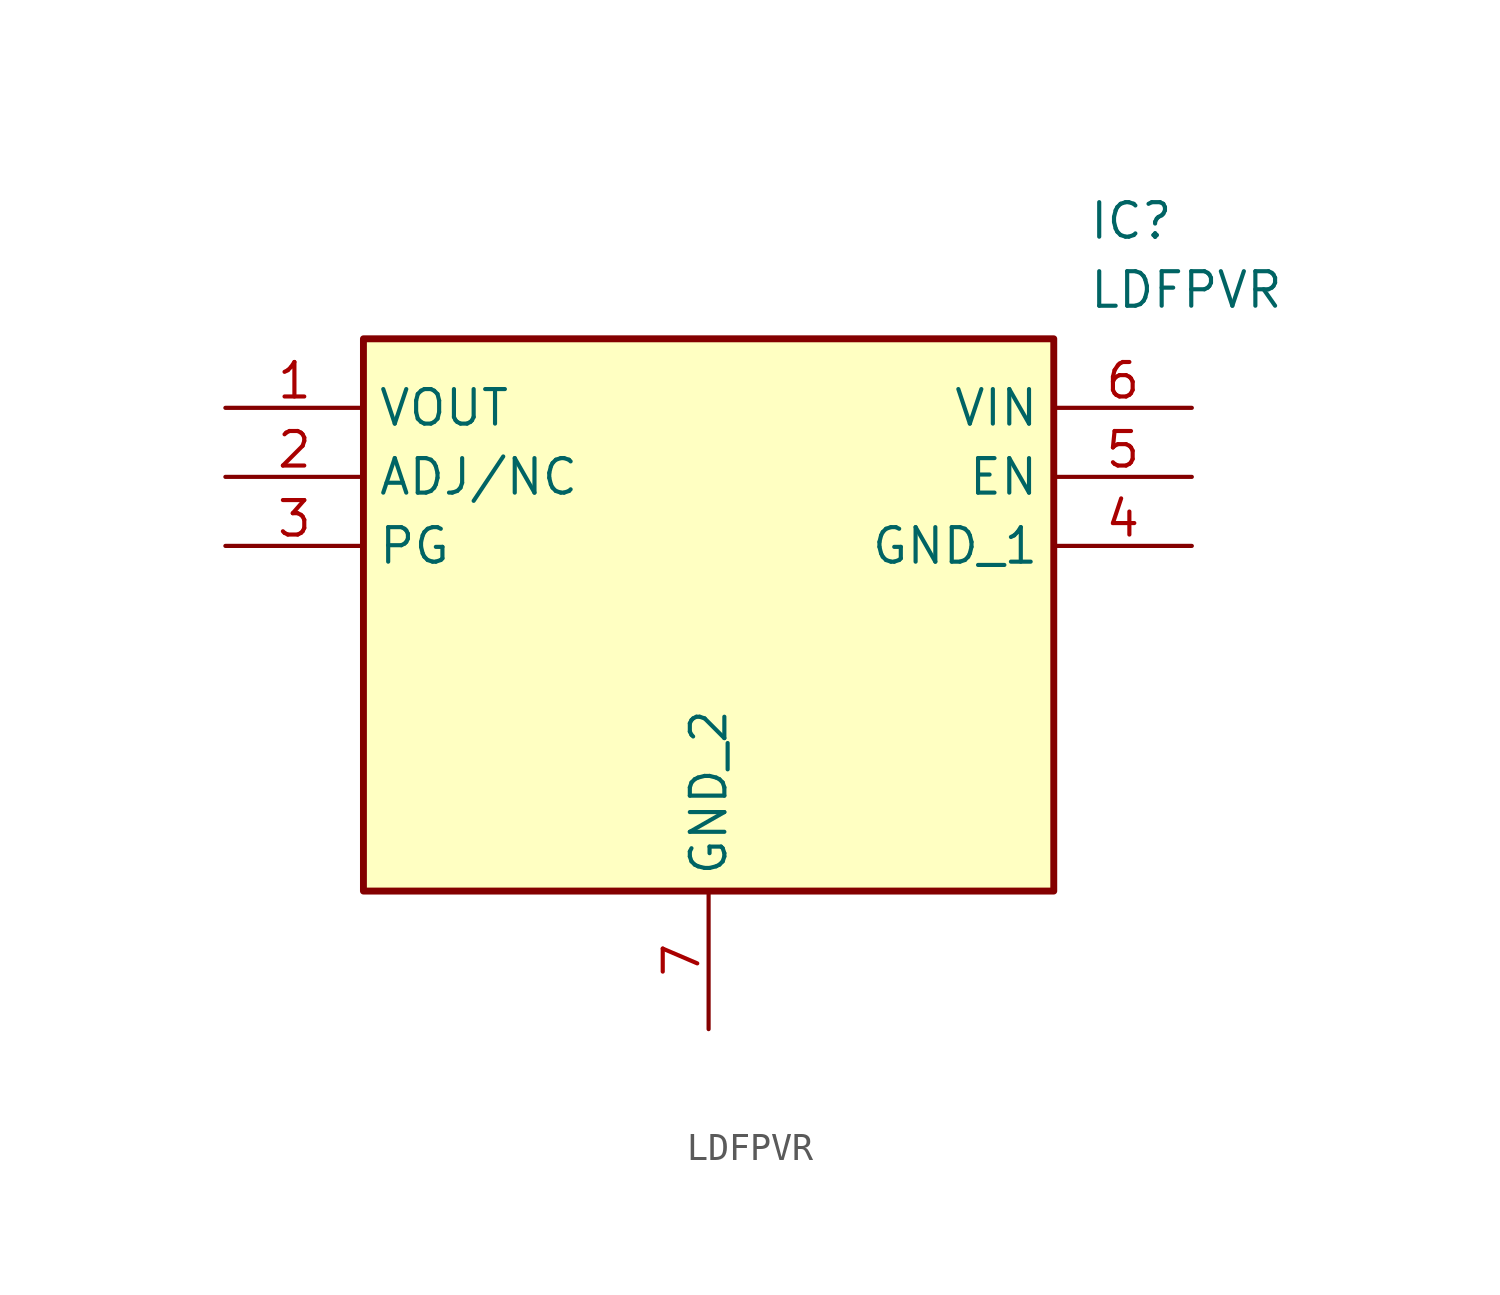
<source format=kicad_sym>
(kicad_symbol_lib
  (version 20211014)
  (generator SamacSys_ECAD_Model)
  (symbol "LDFPVR"
    (property "Reference" "IC"
      (at 31.75 7.62 0)
      (effects (font (size 1.27 1.27)) (justify left top)))
    (property "Value" "LDFPVR"
      (at 31.75 5.08 0)
      (effects (font (size 1.27 1.27)) (justify left top)))
    (rectangle
      (start 5.08 2.54)
      (end 30.48 -17.78)
      (stroke (width 0.254) (type default))
      (fill (type background)))
    (pin passive line
      (at 0 0 0)
      (length 5.08)
      (name "VOUT" (effects (font (size 1.27 1.27))))
      (number "1" (effects (font (size 1.27 1.27)))))
    (pin passive line
      (at 0 -2.54 0)
      (length 5.08)
      (name "ADJ/NC" (effects (font (size 1.27 1.27))))
      (number "2" (effects (font (size 1.27 1.27)))))
    (pin passive line
      (at 0 -5.08 0)
      (length 5.08)
      (name "PG" (effects (font (size 1.27 1.27))))
      (number "3" (effects (font (size 1.27 1.27)))))
    (pin passive line
      (at 17.78 -22.86 90)
      (length 5.08)
      (name "GND_2" (effects (font (size 1.27 1.27))))
      (number "7" (effects (font (size 1.27 1.27)))))
    (pin passive line
      (at 35.56 0 180)
      (length 5.08)
      (name "VIN" (effects (font (size 1.27 1.27))))
      (number "6" (effects (font (size 1.27 1.27)))))
    (pin passive line
      (at 35.56 -2.54 180)
      (length 5.08)
      (name "EN" (effects (font (size 1.27 1.27))))
      (number "5" (effects (font (size 1.27 1.27)))))
    (pin passive line
      (at 35.56 -5.08 180)
      (length 5.08)
      (name "GND_1" (effects (font (size 1.27 1.27))))
      (number "4" (effects (font (size 1.27 1.27)))))))
</source>
